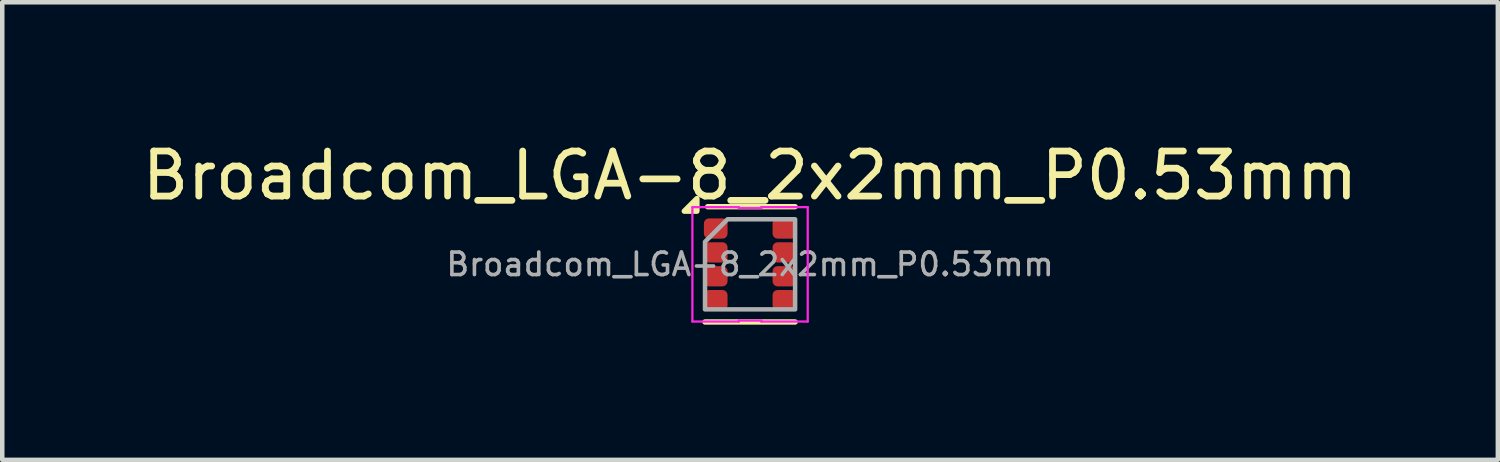
<source format=kicad_pcb>
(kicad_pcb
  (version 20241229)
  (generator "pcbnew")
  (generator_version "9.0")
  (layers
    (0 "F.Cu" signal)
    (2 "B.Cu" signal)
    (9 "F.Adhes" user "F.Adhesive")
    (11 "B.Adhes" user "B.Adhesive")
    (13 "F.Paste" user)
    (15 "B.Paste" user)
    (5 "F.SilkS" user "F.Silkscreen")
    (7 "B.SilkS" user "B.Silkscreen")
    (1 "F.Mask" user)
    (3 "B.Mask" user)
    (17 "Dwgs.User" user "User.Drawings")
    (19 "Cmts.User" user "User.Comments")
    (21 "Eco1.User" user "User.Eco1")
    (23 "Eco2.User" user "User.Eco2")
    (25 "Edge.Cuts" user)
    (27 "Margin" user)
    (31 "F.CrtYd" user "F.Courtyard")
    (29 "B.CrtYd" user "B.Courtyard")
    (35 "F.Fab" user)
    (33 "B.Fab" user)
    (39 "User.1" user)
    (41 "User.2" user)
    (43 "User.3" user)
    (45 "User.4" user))
  (footprint "Broadcom_LGA-8_2x2mm_P0.53mm"
    (layer "F.Cu")
    (at 13.601 2.818)
    (property "Reference" "Broadcom_LGA-8_2x2mm_P0.53mm" (at 0 -1.97 0) (layer "F.SilkS") (effects (font (size 1 1) (thickness 0.15))))
    (attr smd)
    (fp_line (start -1 1.28) (end 1 1.28) (stroke (width 0.12) (type solid)) (layer "F.SilkS"))
    (fp_line (start -0.94 -1.28) (end 1 -1.28) (stroke (width 0.12) (type solid)) (layer "F.SilkS"))
    (fp_poly (pts (xy -1.18 -1.18) (xy -1.46 -1.18) (xy -1.18 -1.46)) (stroke (width 0.12) (type solid)) (fill yes) (layer "F.SilkS"))
    (fp_line (start -1.28 -1.27) (end -0.25 -1.27) (stroke (width 0.05) (type solid)) (layer "F.CrtYd"))
    (fp_line (start -1.28 1.27) (end -1.28 -1.27) (stroke (width 0.05) (type solid)) (layer "F.CrtYd"))
    (fp_line (start -0.25 -1.27) (end -0.25 -1.25) (stroke (width 0.05) (type solid)) (layer "F.CrtYd"))
    (fp_line (start -0.25 -1.25) (end 0.25 -1.25) (stroke (width 0.05) (type solid)) (layer "F.CrtYd"))
    (fp_line (start -0.25 1.25) (end -0.25 1.27) (stroke (width 0.05) (type solid)) (layer "F.CrtYd"))
    (fp_line (start -0.25 1.27) (end -1.28 1.27) (stroke (width 0.05) (type solid)) (layer "F.CrtYd"))
    (fp_line (start 0.25 -1.27) (end 1.28 -1.27) (stroke (width 0.05) (type solid)) (layer "F.CrtYd"))
    (fp_line (start 0.25 -1.25) (end 0.25 -1.27) (stroke (width 0.05) (type solid)) (layer "F.CrtYd"))
    (fp_line (start 0.25 1.25) (end -0.25 1.25) (stroke (width 0.05) (type solid)) (layer "F.CrtYd"))
    (fp_line (start 0.25 1.27) (end 0.25 1.25) (stroke (width 0.05) (type solid)) (layer "F.CrtYd"))
    (fp_line (start 1.28 -1.27) (end 1.28 1.27) (stroke (width 0.05) (type solid)) (layer "F.CrtYd"))
    (fp_line (start 1.28 1.27) (end 0.25 1.27) (stroke (width 0.05) (type solid)) (layer "F.CrtYd"))
    (fp_poly (pts (xy -1 -0.5) (xy -1 1) (xy 1 1) (xy 1 -1) (xy -0.5 -1)) (stroke (width 0.1) (type solid)) (fill no) (layer "F.Fab"))
    (fp_text user "${REFERENCE}" (at 0 0 0) (layer "F.Fab") (effects (font (size 0.5 0.5) (thickness 0.08))))
    (pad "1" smd roundrect (at -0.762 -0.795) (size 0.525 0.45) (layers "F.Cu" "F.Mask" "F.Paste") (roundrect_rratio 0.25))
    (pad "2" smd roundrect (at -0.762 -0.265) (size 0.525 0.45) (layers "F.Cu" "F.Mask" "F.Paste") (roundrect_rratio 0.25))
    (pad "3" smd roundrect (at -0.762 0.265) (size 0.525 0.45) (layers "F.Cu" "F.Mask" "F.Paste") (roundrect_rratio 0.25))
    (pad "4" smd roundrect (at -0.762 0.795) (size 0.525 0.45) (layers "F.Cu" "F.Mask" "F.Paste") (roundrect_rratio 0.25))
    (pad "5" smd roundrect (at 0.762 0.795) (size 0.525 0.45) (layers "F.Cu" "F.Mask" "F.Paste") (roundrect_rratio 0.25))
    (pad "6" smd roundrect (at 0.762 0.265) (size 0.525 0.45) (layers "F.Cu" "F.Mask" "F.Paste") (roundrect_rratio 0.25))
    (pad "7" smd roundrect (at 0.762 -0.265) (size 0.525 0.45) (layers "F.Cu" "F.Mask" "F.Paste") (roundrect_rratio 0.25))
    (pad "8" smd roundrect (at 0.762 -0.795) (size 0.525 0.45) (layers "F.Cu" "F.Mask" "F.Paste") (roundrect_rratio 0.25)))
  (gr_rect
    (start -3 -3)
    (end 30.202 7.158)
    (stroke (width 0.1) (type default))
    (fill no)
    (layer "Edge.Cuts")))
</source>
